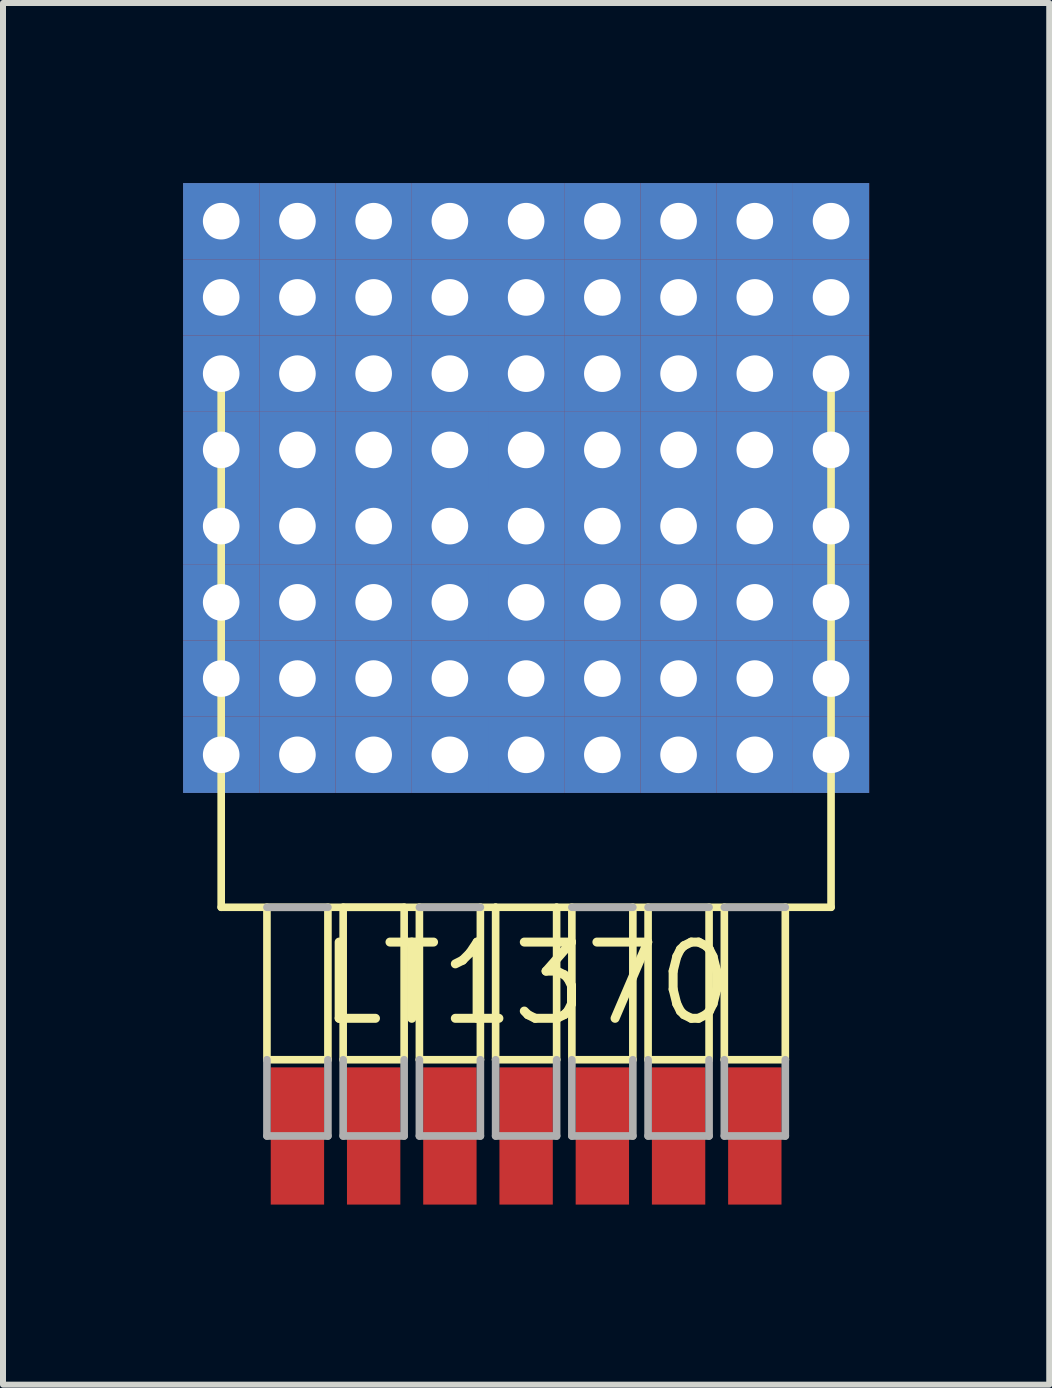
<source format=kicad_pcb>
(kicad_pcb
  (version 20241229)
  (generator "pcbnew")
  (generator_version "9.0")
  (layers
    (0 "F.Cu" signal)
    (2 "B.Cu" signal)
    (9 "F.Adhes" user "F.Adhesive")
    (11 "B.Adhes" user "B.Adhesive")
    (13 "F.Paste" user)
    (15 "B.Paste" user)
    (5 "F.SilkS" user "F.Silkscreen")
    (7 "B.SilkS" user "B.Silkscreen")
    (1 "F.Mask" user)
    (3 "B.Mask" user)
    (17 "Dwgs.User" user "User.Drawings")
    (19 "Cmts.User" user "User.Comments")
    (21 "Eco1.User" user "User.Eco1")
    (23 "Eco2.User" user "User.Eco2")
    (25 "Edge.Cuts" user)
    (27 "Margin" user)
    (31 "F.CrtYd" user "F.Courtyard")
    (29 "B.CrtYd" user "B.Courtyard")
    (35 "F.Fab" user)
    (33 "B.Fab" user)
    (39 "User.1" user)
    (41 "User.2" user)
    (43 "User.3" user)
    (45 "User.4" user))
  (footprint "LT1370"
    (layer "F.Cu")
    (at 5.715 13.335)
    (property "Reference" "LT1370" (at 0 0 0) (layer "F.SilkS") (effects (font (size 1.27 1.27) (thickness 0.15))))
    (fp_line (start -5.08 -1.27) (end -5.08 -10.16) (stroke (width 0.127) (type solid)) (layer "F.SilkS"))
    (fp_line (start -4.318 -1.27) (end -4.318 1.27) (stroke (width 0.127) (type solid)) (layer "F.SilkS"))
    (fp_line (start -3.302 1.27) (end -4.318 1.27) (stroke (width 0.127) (type solid)) (layer "F.SilkS"))
    (fp_line (start -3.302 1.27) (end -3.302 -1.27) (stroke (width 0.127) (type solid)) (layer "F.SilkS"))
    (fp_line (start -3.048 -1.27) (end -3.048 1.27) (stroke (width 0.127) (type solid)) (layer "F.SilkS"))
    (fp_line (start -2.032 -1.27) (end -3.048 -1.27) (stroke (width 0.127) (type solid)) (layer "F.SilkS"))
    (fp_line (start -2.032 1.27) (end -3.048 1.27) (stroke (width 0.127) (type solid)) (layer "F.SilkS"))
    (fp_line (start -2.032 1.27) (end -2.032 -1.27) (stroke (width 0.127) (type solid)) (layer "F.SilkS"))
    (fp_line (start -1.778 -1.27) (end -1.778 1.27) (stroke (width 0.127) (type solid)) (layer "F.SilkS"))
    (fp_line (start -0.762 1.27) (end -1.778 1.27) (stroke (width 0.127) (type solid)) (layer "F.SilkS"))
    (fp_line (start -0.762 1.27) (end -0.762 -1.27) (stroke (width 0.127) (type solid)) (layer "F.SilkS"))
    (fp_line (start -0.508 -1.27) (end -5.08 -1.27) (stroke (width 0.127) (type solid)) (layer "F.SilkS"))
    (fp_line (start -0.508 -1.27) (end -0.508 1.27) (stroke (width 0.127) (type solid)) (layer "F.SilkS"))
    (fp_line (start -0.508 1.27) (end 0.508 1.27) (stroke (width 0.127) (type solid)) (layer "F.SilkS"))
    (fp_line (start 0.508 -1.27) (end -0.508 -1.27) (stroke (width 0.127) (type solid)) (layer "F.SilkS"))
    (fp_line (start 0.508 -1.27) (end 5.08 -1.27) (stroke (width 0.127) (type solid)) (layer "F.SilkS"))
    (fp_line (start 0.508 1.27) (end 0.508 -1.27) (stroke (width 0.127) (type solid)) (layer "F.SilkS"))
    (fp_line (start 0.762 -1.27) (end 0.762 1.27) (stroke (width 0.127) (type solid)) (layer "F.SilkS"))
    (fp_line (start 1.778 1.27) (end 0.762 1.27) (stroke (width 0.127) (type solid)) (layer "F.SilkS"))
    (fp_line (start 1.778 1.27) (end 1.778 -1.27) (stroke (width 0.127) (type solid)) (layer "F.SilkS"))
    (fp_line (start 2.032 -1.27) (end 2.032 1.27) (stroke (width 0.127) (type solid)) (layer "F.SilkS"))
    (fp_line (start 3.048 1.27) (end 2.032 1.27) (stroke (width 0.127) (type solid)) (layer "F.SilkS"))
    (fp_line (start 3.048 1.27) (end 3.048 -1.27) (stroke (width 0.127) (type solid)) (layer "F.SilkS"))
    (fp_line (start 3.302 -1.27) (end 3.302 1.27) (stroke (width 0.127) (type solid)) (layer "F.SilkS"))
    (fp_line (start 4.318 1.27) (end 3.302 1.27) (stroke (width 0.127) (type solid)) (layer "F.SilkS"))
    (fp_line (start 4.318 1.27) (end 4.318 -1.27) (stroke (width 0.127) (type solid)) (layer "F.SilkS"))
    (fp_line (start 5.08 -1.27) (end 5.08 -10.16) (stroke (width 0.127) (type solid)) (layer "F.SilkS"))
    (fp_line (start -4.318 1.27) (end -4.318 2.54) (stroke (width 0.127) (type solid)) (layer "F.Fab"))
    (fp_line (start -4.318 2.54) (end -3.302 2.54) (stroke (width 0.127) (type solid)) (layer "F.Fab"))
    (fp_line (start -3.302 -1.27) (end -4.318 -1.27) (stroke (width 0.127) (type solid)) (layer "F.Fab"))
    (fp_line (start -3.302 2.54) (end -3.302 1.27) (stroke (width 0.127) (type solid)) (layer "F.Fab"))
    (fp_line (start -3.048 1.27) (end -3.048 2.54) (stroke (width 0.127) (type solid)) (layer "F.Fab"))
    (fp_line (start -3.048 2.54) (end -2.032 2.54) (stroke (width 0.127) (type solid)) (layer "F.Fab"))
    (fp_line (start -2.032 2.54) (end -2.032 1.27) (stroke (width 0.127) (type solid)) (layer "F.Fab"))
    (fp_line (start -1.778 1.27) (end -1.778 2.54) (stroke (width 0.127) (type solid)) (layer "F.Fab"))
    (fp_line (start -1.778 2.54) (end -0.762 2.54) (stroke (width 0.127) (type solid)) (layer "F.Fab"))
    (fp_line (start -0.762 -1.27) (end -1.778 -1.27) (stroke (width 0.127) (type solid)) (layer "F.Fab"))
    (fp_line (start -0.762 2.54) (end -0.762 1.27) (stroke (width 0.127) (type solid)) (layer "F.Fab"))
    (fp_line (start -0.508 2.54) (end -0.508 1.27) (stroke (width 0.127) (type solid)) (layer "F.Fab"))
    (fp_line (start 0.508 1.27) (end 0.508 2.54) (stroke (width 0.127) (type solid)) (layer "F.Fab"))
    (fp_line (start 0.508 2.54) (end -0.508 2.54) (stroke (width 0.127) (type solid)) (layer "F.Fab"))
    (fp_line (start 0.762 1.27) (end 0.762 2.54) (stroke (width 0.127) (type solid)) (layer "F.Fab"))
    (fp_line (start 0.762 2.54) (end 1.778 2.54) (stroke (width 0.127) (type solid)) (layer "F.Fab"))
    (fp_line (start 1.778 -1.27) (end 0.762 -1.27) (stroke (width 0.127) (type solid)) (layer "F.Fab"))
    (fp_line (start 1.778 2.54) (end 1.778 1.27) (stroke (width 0.127) (type solid)) (layer "F.Fab"))
    (fp_line (start 2.032 1.27) (end 2.032 2.54) (stroke (width 0.127) (type solid)) (layer "F.Fab"))
    (fp_line (start 2.032 2.54) (end 3.048 2.54) (stroke (width 0.127) (type solid)) (layer "F.Fab"))
    (fp_line (start 3.048 -1.27) (end 2.032 -1.27) (stroke (width 0.127) (type solid)) (layer "F.Fab"))
    (fp_line (start 3.048 2.54) (end 3.048 1.27) (stroke (width 0.127) (type solid)) (layer "F.Fab"))
    (fp_line (start 3.302 1.27) (end 3.302 2.54) (stroke (width 0.127) (type solid)) (layer "F.Fab"))
    (fp_line (start 3.302 2.54) (end 4.318 2.54) (stroke (width 0.127) (type solid)) (layer "F.Fab"))
    (fp_line (start 4.318 -1.27) (end 3.302 -1.27) (stroke (width 0.127) (type solid)) (layer "F.Fab"))
    (fp_line (start 4.318 2.54) (end 4.318 1.27) (stroke (width 0.127) (type solid)) (layer "F.Fab"))
    (pad "P$1" smd rect (at -3.81 2.54) (size 0.889 2.286) (layers "F.Cu" "F.Mask" "F.Paste"))
    (pad "P$2" smd rect (at -2.54 2.54) (size 0.889 2.286) (layers "F.Cu" "F.Mask" "F.Paste"))
    (pad "P$3" smd rect (at -1.27 2.54) (size 0.889 2.286) (layers "F.Cu" "F.Mask" "F.Paste"))
    (pad "P$4" smd rect (at 0 2.54) (size 0.889 2.286) (layers "F.Cu" "F.Mask" "F.Paste"))
    (pad "P$5" smd rect (at 1.27 2.54) (size 0.889 2.286) (layers "F.Cu" "F.Mask" "F.Paste"))
    (pad "P$6" smd rect (at 2.54 2.54) (size 0.889 2.286) (layers "F.Cu" "F.Mask" "F.Paste"))
    (pad "P$7" smd rect (at 3.81 2.54) (size 0.889 2.286) (layers "F.Cu" "F.Mask" "F.Paste"))
    (pad "P$8" thru_hole rect (at -5.08 -10.16) (size 1.27 1.27) (drill 0.61) (layers "*.Cu" "*.Mask"))
    (pad "P$9" thru_hole rect (at -3.81 -10.16) (size 1.27 1.27) (drill 0.61) (layers "*.Cu" "*.Mask"))
    (pad "P$10" thru_hole rect (at -2.54 -10.16) (size 1.27 1.27) (drill 0.61) (layers "*.Cu" "*.Mask"))
    (pad "P$11" thru_hole rect (at -1.27 -10.16) (size 1.27 1.27) (drill 0.61) (layers "*.Cu" "*.Mask"))
    (pad "P$12" thru_hole rect (at 0 -10.16) (size 1.27 1.27) (drill 0.61) (layers "*.Cu" "*.Mask"))
    (pad "P$13" thru_hole rect (at 1.27 -10.16) (size 1.27 1.27) (drill 0.61) (layers "*.Cu" "*.Mask"))
    (pad "P$14" thru_hole rect (at 2.54 -10.16) (size 1.27 1.27) (drill 0.61) (layers "*.Cu" "*.Mask"))
    (pad "P$15" thru_hole rect (at 3.81 -10.16) (size 1.27 1.27) (drill 0.61) (layers "*.Cu" "*.Mask"))
    (pad "P$16" thru_hole rect (at 5.08 -10.16) (size 1.27 1.27) (drill 0.61) (layers "*.Cu" "*.Mask"))
    (pad "P$17" thru_hole rect (at 5.08 -8.89) (size 1.27 1.27) (drill 0.61) (layers "*.Cu" "*.Mask"))
    (pad "P$18" thru_hole rect (at 3.81 -8.89) (size 1.27 1.27) (drill 0.61) (layers "*.Cu" "*.Mask"))
    (pad "P$19" thru_hole rect (at 2.54 -8.89) (size 1.27 1.27) (drill 0.61) (layers "*.Cu" "*.Mask"))
    (pad "P$20" thru_hole rect (at 1.27 -8.89) (size 1.27 1.27) (drill 0.61) (layers "*.Cu" "*.Mask"))
    (pad "P$21" thru_hole rect (at 0 -8.89) (size 1.27 1.27) (drill 0.61) (layers "*.Cu" "*.Mask"))
    (pad "P$22" thru_hole rect (at -1.27 -8.89) (size 1.27 1.27) (drill 0.61) (layers "*.Cu" "*.Mask"))
    (pad "P$23" thru_hole rect (at -2.54 -8.89) (size 1.27 1.27) (drill 0.61) (layers "*.Cu" "*.Mask"))
    (pad "P$24" thru_hole rect (at -3.81 -8.89) (size 1.27 1.27) (drill 0.61) (layers "*.Cu" "*.Mask"))
    (pad "P$25" thru_hole rect (at -5.08 -8.89) (size 1.27 1.27) (drill 0.61) (layers "*.Cu" "*.Mask"))
    (pad "P$26" thru_hole rect (at -5.08 -7.62) (size 1.27 1.27) (drill 0.61) (layers "*.Cu" "*.Mask"))
    (pad "P$27" thru_hole rect (at -3.81 -7.62) (size 1.27 1.27) (drill 0.61) (layers "*.Cu" "*.Mask"))
    (pad "P$28" thru_hole rect (at -1.27 -7.62) (size 1.27 1.27) (drill 0.61) (layers "*.Cu" "*.Mask"))
    (pad "P$29" thru_hole rect (at -2.54 -7.62) (size 1.27 1.27) (drill 0.61) (layers "*.Cu" "*.Mask"))
    (pad "P$30" thru_hole rect (at 0 -7.62) (size 1.27 1.27) (drill 0.61) (layers "*.Cu" "*.Mask"))
    (pad "P$31" thru_hole rect (at 1.27 -7.62) (size 1.27 1.27) (drill 0.61) (layers "*.Cu" "*.Mask"))
    (pad "P$32" thru_hole rect (at 2.54 -7.62) (size 1.27 1.27) (drill 0.61) (layers "*.Cu" "*.Mask"))
    (pad "P$33" thru_hole rect (at 3.81 -7.62) (size 1.27 1.27) (drill 0.61) (layers "*.Cu" "*.Mask"))
    (pad "P$34" thru_hole rect (at 5.08 -7.62) (size 1.27 1.27) (drill 0.61) (layers "*.Cu" "*.Mask"))
    (pad "P$35" thru_hole rect (at 5.08 -6.35) (size 1.27 1.27) (drill 0.61) (layers "*.Cu" "*.Mask"))
    (pad "P$36" thru_hole rect (at 3.81 -6.35) (size 1.27 1.27) (drill 0.61) (layers "*.Cu" "*.Mask"))
    (pad "P$37" thru_hole rect (at 2.54 -6.35) (size 1.27 1.27) (drill 0.61) (layers "*.Cu" "*.Mask"))
    (pad "P$38" thru_hole rect (at 1.27 -6.35) (size 1.27 1.27) (drill 0.61) (layers "*.Cu" "*.Mask"))
    (pad "P$39" thru_hole rect (at 0 -6.35) (size 1.27 1.27) (drill 0.61) (layers "*.Cu" "*.Mask"))
    (pad "P$40" thru_hole rect (at -1.27 -6.35) (size 1.27 1.27) (drill 0.61) (layers "*.Cu" "*.Mask"))
    (pad "P$41" thru_hole rect (at -2.54 -6.35) (size 1.27 1.27) (drill 0.61) (layers "*.Cu" "*.Mask"))
    (pad "P$42" thru_hole rect (at -3.81 -6.35) (size 1.27 1.27) (drill 0.61) (layers "*.Cu" "*.Mask"))
    (pad "P$43" thru_hole rect (at -5.08 -6.35) (size 1.27 1.27) (drill 0.61) (layers "*.Cu" "*.Mask"))
    (pad "P$44" thru_hole rect (at -5.08 -5.08) (size 1.27 1.27) (drill 0.61) (layers "*.Cu" "*.Mask"))
    (pad "P$45" thru_hole rect (at -3.81 -5.08) (size 1.27 1.27) (drill 0.61) (layers "*.Cu" "*.Mask"))
    (pad "P$46" thru_hole rect (at -2.54 -5.08) (size 1.27 1.27) (drill 0.61) (layers "*.Cu" "*.Mask"))
    (pad "P$47" thru_hole rect (at -1.27 -5.08) (size 1.27 1.27) (drill 0.61) (layers "*.Cu" "*.Mask"))
    (pad "P$48" thru_hole rect (at 0 -5.08) (size 1.27 1.27) (drill 0.61) (layers "*.Cu" "*.Mask"))
    (pad "P$49" thru_hole rect (at 1.27 -5.08) (size 1.27 1.27) (drill 0.61) (layers "*.Cu" "*.Mask"))
    (pad "P$50" thru_hole rect (at 2.54 -5.08) (size 1.27 1.27) (drill 0.61) (layers "*.Cu" "*.Mask"))
    (pad "P$51" thru_hole rect (at 3.81 -5.08) (size 1.27 1.27) (drill 0.61) (layers "*.Cu" "*.Mask"))
    (pad "P$52" thru_hole rect (at 5.08 -5.08) (size 1.27 1.27) (drill 0.61) (layers "*.Cu" "*.Mask"))
    (pad "P$53" thru_hole rect (at 5.08 -3.81) (size 1.27 1.27) (drill 0.61) (layers "*.Cu" "*.Mask"))
    (pad "P$54" thru_hole rect (at 3.81 -3.81) (size 1.27 1.27) (drill 0.61) (layers "*.Cu" "*.Mask"))
    (pad "P$55" thru_hole rect (at 2.54 -3.81) (size 1.27 1.27) (drill 0.61) (layers "*.Cu" "*.Mask"))
    (pad "P$56" thru_hole rect (at 1.27 -3.81) (size 1.27 1.27) (drill 0.61) (layers "*.Cu" "*.Mask"))
    (pad "P$57" thru_hole rect (at 0 -3.81) (size 1.27 1.27) (drill 0.61) (layers "*.Cu" "*.Mask"))
    (pad "P$58" thru_hole rect (at -1.27 -3.81) (size 1.27 1.27) (drill 0.61) (layers "*.Cu" "*.Mask"))
    (pad "P$59" thru_hole rect (at -2.54 -3.81) (size 1.27 1.27) (drill 0.61) (layers "*.Cu" "*.Mask"))
    (pad "P$60" thru_hole rect (at -3.81 -3.81) (size 1.27 1.27) (drill 0.61) (layers "*.Cu" "*.Mask"))
    (pad "P$61" thru_hole rect (at -5.08 -3.81) (size 1.27 1.27) (drill 0.61) (layers "*.Cu" "*.Mask"))
    (pad "P$62" thru_hole rect (at -5.08 -12.7) (size 1.27 1.27) (drill 0.61) (layers "*.Cu" "*.Mask"))
    (pad "P$63" thru_hole rect (at -3.81 -12.7) (size 1.27 1.27) (drill 0.61) (layers "*.Cu" "*.Mask"))
    (pad "P$64" thru_hole rect (at -2.54 -12.7) (size 1.27 1.27) (drill 0.61) (layers "*.Cu" "*.Mask"))
    (pad "P$65" thru_hole rect (at -1.27 -12.7) (size 1.27 1.27) (drill 0.61) (layers "*.Cu" "*.Mask"))
    (pad "P$66" thru_hole rect (at 0 -12.7) (size 1.27 1.27) (drill 0.61) (layers "*.Cu" "*.Mask"))
    (pad "P$67" thru_hole rect (at 1.27 -12.7) (size 1.27 1.27) (drill 0.61) (layers "*.Cu" "*.Mask"))
    (pad "P$68" thru_hole rect (at 2.54 -12.7) (size 1.27 1.27) (drill 0.61) (layers "*.Cu" "*.Mask"))
    (pad "P$69" thru_hole rect (at 3.81 -12.7) (size 1.27 1.27) (drill 0.61) (layers "*.Cu" "*.Mask"))
    (pad "P$70" thru_hole rect (at 5.08 -12.7) (size 1.27 1.27) (drill 0.61) (layers "*.Cu" "*.Mask"))
    (pad "P$71" thru_hole rect (at -5.08 -11.43) (size 1.27 1.27) (drill 0.61) (layers "*.Cu" "*.Mask"))
    (pad "P$72" thru_hole rect (at -3.81 -11.43) (size 1.27 1.27) (drill 0.61) (layers "*.Cu" "*.Mask"))
    (pad "P$73" thru_hole rect (at -2.54 -11.43) (size 1.27 1.27) (drill 0.61) (layers "*.Cu" "*.Mask"))
    (pad "P$75" thru_hole rect (at -1.27 -11.43) (size 1.27 1.27) (drill 0.61) (layers "*.Cu" "*.Mask"))
    (pad "P$76" thru_hole rect (at 0 -11.43) (size 1.27 1.27) (drill 0.61) (layers "*.Cu" "*.Mask"))
    (pad "P$77" thru_hole rect (at 1.27 -11.43) (size 1.27 1.27) (drill 0.61) (layers "*.Cu" "*.Mask"))
    (pad "P$78" thru_hole rect (at 2.54 -11.43) (size 1.27 1.27) (drill 0.61) (layers "*.Cu" "*.Mask"))
    (pad "P$79" thru_hole rect (at 3.81 -11.43) (size 1.27 1.27) (drill 0.61) (layers "*.Cu" "*.Mask"))
    (pad "P$80" thru_hole rect (at 5.08 -11.43) (size 1.27 1.27) (drill 0.61) (layers "*.Cu" "*.Mask")))
  (gr_rect
    (start -3 -3)
    (end 14.43 20.018)
    (stroke (width 0.1) (type default))
    (fill no)
    (layer "Edge.Cuts")))
</source>
